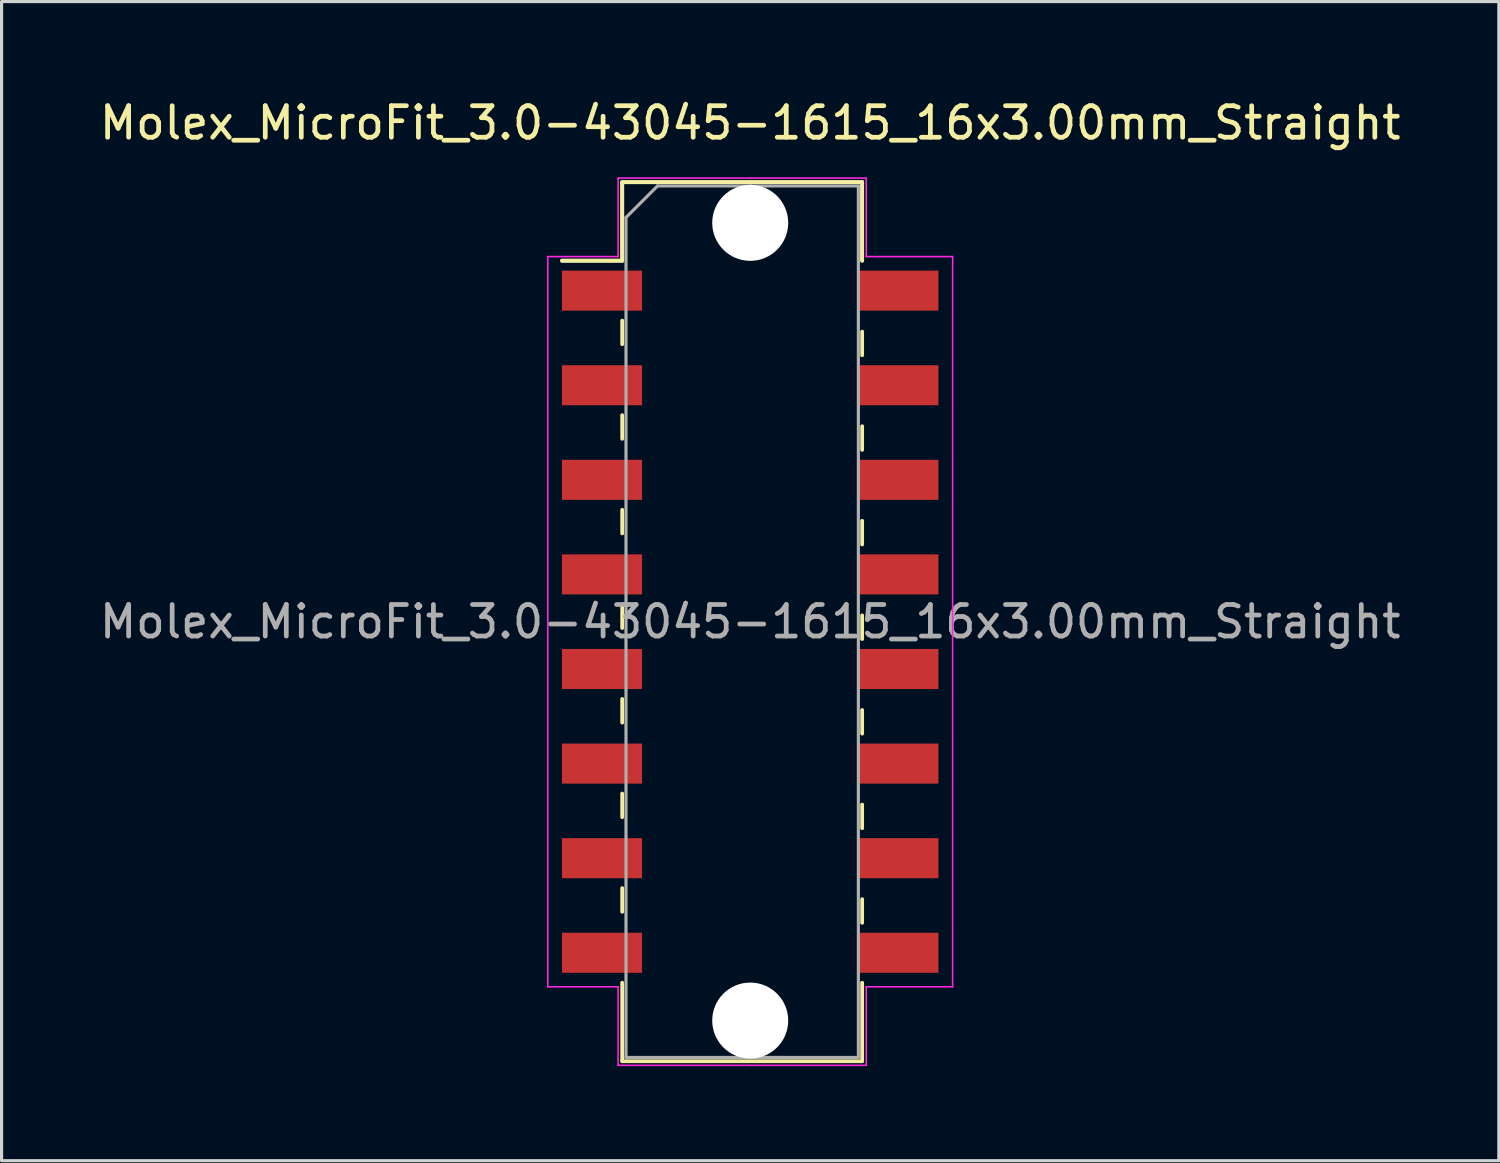
<source format=kicad_pcb>
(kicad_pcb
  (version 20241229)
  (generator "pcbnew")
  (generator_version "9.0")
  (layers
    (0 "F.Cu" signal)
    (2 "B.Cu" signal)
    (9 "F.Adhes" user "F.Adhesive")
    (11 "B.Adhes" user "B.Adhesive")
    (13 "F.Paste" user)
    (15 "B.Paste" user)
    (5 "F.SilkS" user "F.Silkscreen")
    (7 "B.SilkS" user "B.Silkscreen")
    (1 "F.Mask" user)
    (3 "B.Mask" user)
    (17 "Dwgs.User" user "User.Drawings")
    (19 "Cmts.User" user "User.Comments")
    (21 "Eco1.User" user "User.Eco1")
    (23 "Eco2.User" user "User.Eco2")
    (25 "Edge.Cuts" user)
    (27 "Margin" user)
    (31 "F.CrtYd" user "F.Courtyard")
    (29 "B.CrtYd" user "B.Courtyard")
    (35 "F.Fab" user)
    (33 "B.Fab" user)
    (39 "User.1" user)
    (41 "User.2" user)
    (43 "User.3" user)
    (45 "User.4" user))
  (footprint "Molex_MicroFit_3.0-43045-1615_16x3.00mm_Straight"
    (layer "F.Cu")
    (at 20.744 16.668)
    (property "Reference" "Molex_MicroFit_3.0-43045-1615_16x3.00mm_Straight" (at 0 -15.82 0) (layer "F.SilkS") (effects (font (size 1 1) (thickness 0.15))))
    (attr smd)
    (fp_line (start -5.97 -11.45) (end -4.06 -11.45) (stroke (width 0.12) (type solid)) (layer "F.SilkS"))
    (fp_line (start -5.97 -11.45) (end -4.06 -11.45) (stroke (width 0.12) (type solid)) (layer "F.SilkS"))
    (fp_line (start -4.06 -13.94) (end 3.55 -13.94) (stroke (width 0.12) (type solid)) (layer "F.SilkS"))
    (fp_line (start -4.06 -13.94) (end 3.55 -13.94) (stroke (width 0.12) (type solid)) (layer "F.SilkS"))
    (fp_line (start -4.06 -11.45) (end -4.06 -13.94) (stroke (width 0.12) (type solid)) (layer "F.SilkS"))
    (fp_line (start -4.06 -11.45) (end -4.06 -13.94) (stroke (width 0.12) (type solid)) (layer "F.SilkS"))
    (fp_line (start -4.06 -9.55) (end -4.06 -8.8) (stroke (width 0.12) (type solid)) (layer "F.SilkS"))
    (fp_line (start -4.06 -6.55) (end -4.06 -5.8) (stroke (width 0.12) (type solid)) (layer "F.SilkS"))
    (fp_line (start -4.06 -3.55) (end -4.06 -2.8) (stroke (width 0.12) (type solid)) (layer "F.SilkS"))
    (fp_line (start -4.06 -0.55) (end -4.06 0.2) (stroke (width 0.12) (type solid)) (layer "F.SilkS"))
    (fp_line (start -4.06 2.45) (end -4.06 3.2) (stroke (width 0.12) (type solid)) (layer "F.SilkS"))
    (fp_line (start -4.06 5.45) (end -4.06 6.2) (stroke (width 0.12) (type solid)) (layer "F.SilkS"))
    (fp_line (start -4.06 8.45) (end -4.06 9.2) (stroke (width 0.12) (type solid)) (layer "F.SilkS"))
    (fp_line (start -4.06 13.94) (end -4.06 11.45) (stroke (width 0.12) (type solid)) (layer "F.SilkS"))
    (fp_line (start 3.55 -13.94) (end 3.55 -11.45) (stroke (width 0.12) (type solid)) (layer "F.SilkS"))
    (fp_line (start 3.55 -13.94) (end 3.55 -11.45) (stroke (width 0.12) (type solid)) (layer "F.SilkS"))
    (fp_line (start 3.55 -8.45) (end 3.55 -9.2) (stroke (width 0.12) (type solid)) (layer "F.SilkS"))
    (fp_line (start 3.55 -5.45) (end 3.55 -6.2) (stroke (width 0.12) (type solid)) (layer "F.SilkS"))
    (fp_line (start 3.55 -2.45) (end 3.55 -3.2) (stroke (width 0.12) (type solid)) (layer "F.SilkS"))
    (fp_line (start 3.55 0.55) (end 3.55 -0.2) (stroke (width 0.12) (type solid)) (layer "F.SilkS"))
    (fp_line (start 3.55 3.55) (end 3.55 2.8) (stroke (width 0.12) (type solid)) (layer "F.SilkS"))
    (fp_line (start 3.55 6.55) (end 3.55 5.8) (stroke (width 0.12) (type solid)) (layer "F.SilkS"))
    (fp_line (start 3.55 9.55) (end 3.55 8.8) (stroke (width 0.12) (type solid)) (layer "F.SilkS"))
    (fp_line (start 3.55 11.45) (end 3.55 13.94) (stroke (width 0.12) (type solid)) (layer "F.SilkS"))
    (fp_line (start 3.55 13.94) (end -4.06 13.94) (stroke (width 0.12) (type solid)) (layer "F.SilkS"))
    (fp_line (start -6.42 -11.58) (end -4.19 -11.58) (stroke (width 0.05) (type solid)) (layer "F.CrtYd"))
    (fp_line (start -6.42 11.58) (end -6.42 -11.58) (stroke (width 0.05) (type solid)) (layer "F.CrtYd"))
    (fp_line (start -4.19 -14.07) (end 0 -14.07) (stroke (width 0.05) (type solid)) (layer "F.CrtYd"))
    (fp_line (start -4.19 -11.58) (end -4.19 -14.07) (stroke (width 0.05) (type solid)) (layer "F.CrtYd"))
    (fp_line (start -4.19 11.58) (end -6.42 11.58) (stroke (width 0.05) (type solid)) (layer "F.CrtYd"))
    (fp_line (start -4.19 14.07) (end -4.19 11.58) (stroke (width 0.05) (type solid)) (layer "F.CrtYd"))
    (fp_line (start 0 -14.07) (end 3.68 -14.07) (stroke (width 0.05) (type solid)) (layer "F.CrtYd"))
    (fp_line (start 0 14.07) (end -4.19 14.07) (stroke (width 0.05) (type solid)) (layer "F.CrtYd"))
    (fp_line (start 3.68 -14.07) (end 3.68 -11.58) (stroke (width 0.05) (type solid)) (layer "F.CrtYd"))
    (fp_line (start 3.68 -11.58) (end 6.42 -11.58) (stroke (width 0.05) (type solid)) (layer "F.CrtYd"))
    (fp_line (start 3.68 11.58) (end 3.68 14.07) (stroke (width 0.05) (type solid)) (layer "F.CrtYd"))
    (fp_line (start 3.68 14.07) (end 0 14.07) (stroke (width 0.05) (type solid)) (layer "F.CrtYd"))
    (fp_line (start 6.42 -11.58) (end 6.42 11.58) (stroke (width 0.05) (type solid)) (layer "F.CrtYd"))
    (fp_line (start 6.42 11.58) (end 3.68 11.58) (stroke (width 0.05) (type solid)) (layer "F.CrtYd"))
    (fp_line (start -3.94 -12.82) (end -2.94 -13.82) (stroke (width 0.1) (type solid)) (layer "F.Fab"))
    (fp_line (start -3.94 13.82) (end -3.94 -12.82) (stroke (width 0.1) (type solid)) (layer "F.Fab"))
    (fp_line (start -2.94 -13.82) (end 0 -13.82) (stroke (width 0.1) (type solid)) (layer "F.Fab"))
    (fp_line (start 0 -13.82) (end 3.43 -13.82) (stroke (width 0.1) (type solid)) (layer "F.Fab"))
    (fp_line (start 0 13.82) (end -3.94 13.82) (stroke (width 0.1) (type solid)) (layer "F.Fab"))
    (fp_line (start 3.43 -13.82) (end 3.43 13.82) (stroke (width 0.1) (type solid)) (layer "F.Fab"))
    (fp_line (start 3.43 13.82) (end 0 13.82) (stroke (width 0.1) (type solid)) (layer "F.Fab"))
    (fp_text user "${REFERENCE}" (at 0 0 0) (layer "F.Fab") (effects (font (size 1 1) (thickness 0.15))))
    (pad "" np_thru_hole circle (at 0 -12.65) (size 2.41 2.41) (drill 2.41) (layers "*.Cu"))
    (pad "" np_thru_hole circle (at 0 12.65) (size 2.41 2.41) (drill 2.41) (layers "*.Cu"))
    (pad "1" smd rect (at -4.7 -10.5) (size 2.54 1.27) (layers "F.Cu" "F.Mask" "F.Paste"))
    (pad "2" smd rect (at -4.7 -7.5) (size 2.54 1.27) (layers "F.Cu" "F.Mask" "F.Paste"))
    (pad "3" smd rect (at -4.7 -4.5) (size 2.54 1.27) (layers "F.Cu" "F.Mask" "F.Paste"))
    (pad "4" smd rect (at -4.7 -1.5) (size 2.54 1.27) (layers "F.Cu" "F.Mask" "F.Paste"))
    (pad "5" smd rect (at -4.7 1.5) (size 2.54 1.27) (layers "F.Cu" "F.Mask" "F.Paste"))
    (pad "6" smd rect (at -4.7 4.5) (size 2.54 1.27) (layers "F.Cu" "F.Mask" "F.Paste"))
    (pad "7" smd rect (at -4.7 7.5) (size 2.54 1.27) (layers "F.Cu" "F.Mask" "F.Paste"))
    (pad "8" smd rect (at -4.7 10.5) (size 2.54 1.27) (layers "F.Cu" "F.Mask" "F.Paste"))
    (pad "9" smd rect (at 4.7 10.5) (size 2.54 1.27) (layers "F.Cu" "F.Mask" "F.Paste"))
    (pad "10" smd rect (at 4.7 7.5) (size 2.54 1.27) (layers "F.Cu" "F.Mask" "F.Paste"))
    (pad "11" smd rect (at 4.7 4.5) (size 2.54 1.27) (layers "F.Cu" "F.Mask" "F.Paste"))
    (pad "12" smd rect (at 4.7 1.5) (size 2.54 1.27) (layers "F.Cu" "F.Mask" "F.Paste"))
    (pad "13" smd rect (at 4.7 -1.5) (size 2.54 1.27) (layers "F.Cu" "F.Mask" "F.Paste"))
    (pad "14" smd rect (at 4.7 -4.5) (size 2.54 1.27) (layers "F.Cu" "F.Mask" "F.Paste"))
    (pad "15" smd rect (at 4.7 -7.5) (size 2.54 1.27) (layers "F.Cu" "F.Mask" "F.Paste"))
    (pad "16" smd rect (at 4.7 -10.5) (size 2.54 1.27) (layers "F.Cu" "F.Mask" "F.Paste")))
  (gr_rect
    (start -3 -3)
    (end 44.488 33.763)
    (stroke (width 0.1) (type default))
    (fill no)
    (layer "Edge.Cuts")))
</source>
